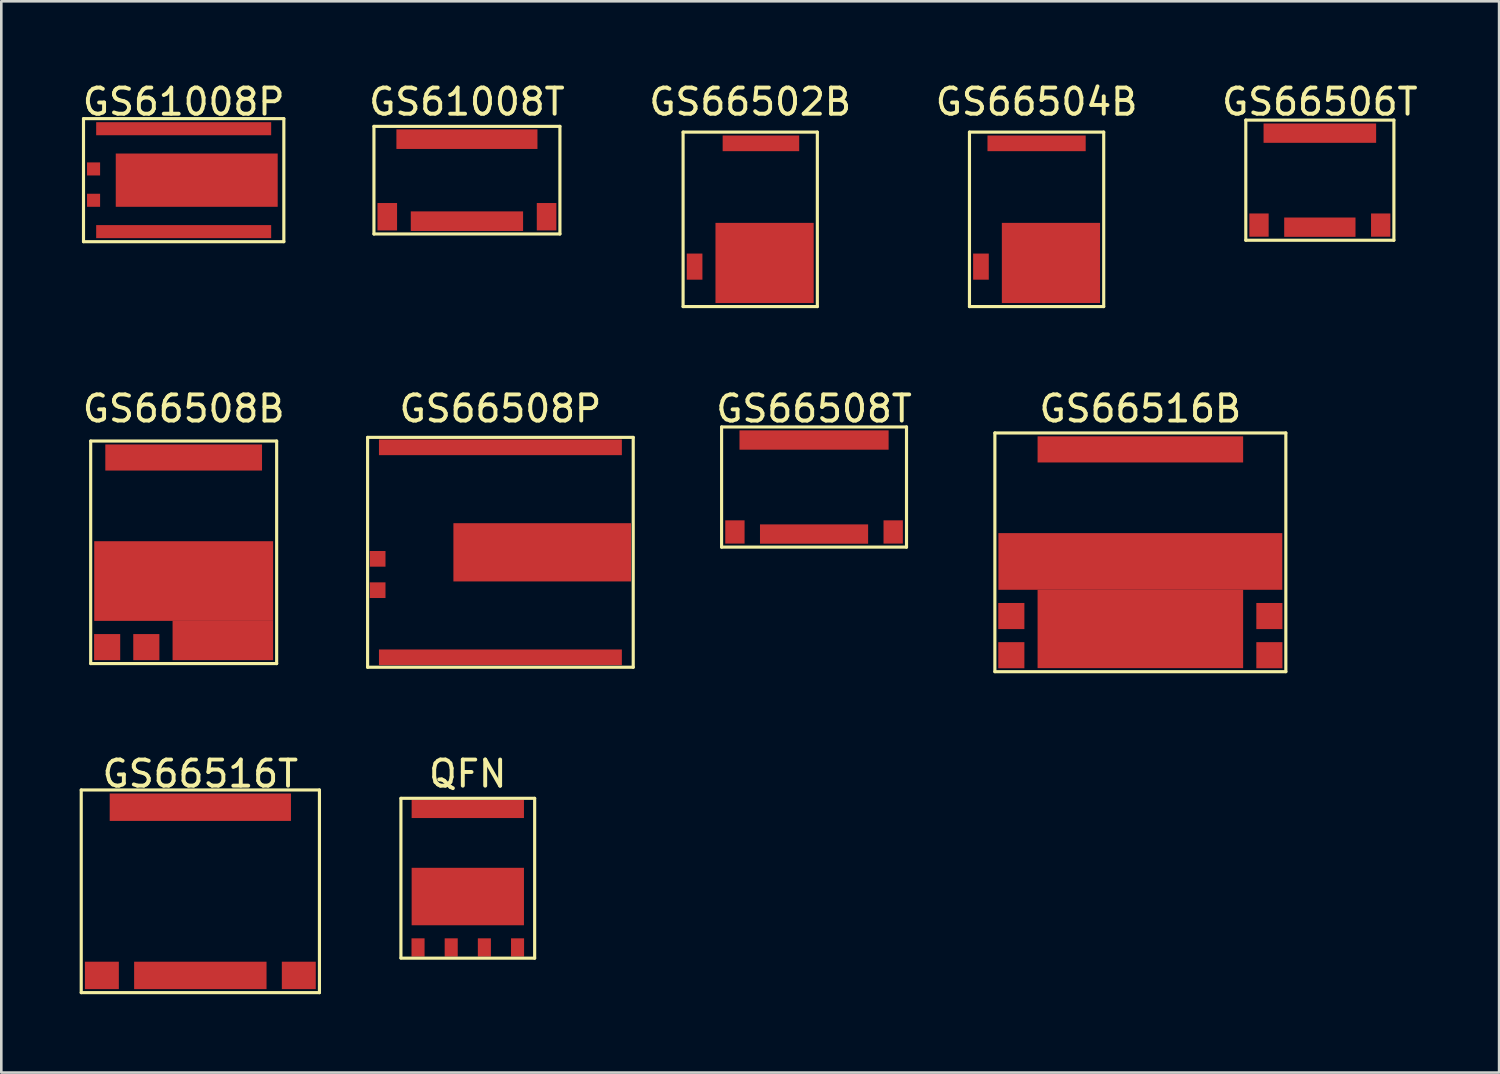
<source format=kicad_pcb>
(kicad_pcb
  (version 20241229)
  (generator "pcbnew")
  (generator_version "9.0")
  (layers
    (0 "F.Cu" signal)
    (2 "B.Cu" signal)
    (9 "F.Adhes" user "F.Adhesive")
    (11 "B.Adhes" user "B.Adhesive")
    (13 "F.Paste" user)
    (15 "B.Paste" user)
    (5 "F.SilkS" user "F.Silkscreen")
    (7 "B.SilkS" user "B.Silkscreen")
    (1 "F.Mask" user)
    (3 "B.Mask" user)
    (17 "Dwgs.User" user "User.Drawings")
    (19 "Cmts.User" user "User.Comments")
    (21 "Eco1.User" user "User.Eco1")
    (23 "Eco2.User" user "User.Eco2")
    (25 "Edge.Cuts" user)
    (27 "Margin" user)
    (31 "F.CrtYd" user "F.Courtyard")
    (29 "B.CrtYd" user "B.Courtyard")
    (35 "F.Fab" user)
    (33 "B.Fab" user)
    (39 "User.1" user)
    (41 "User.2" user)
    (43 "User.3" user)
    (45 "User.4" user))
  (footprint "GS61008P"
    (layer "F.Cu")
    (at 3.982 3.848)
    (property "Reference" "GS61008P" (at 0 -3 0) (layer "F.SilkS") (effects (font (size 1 1) (thickness 0.15))))
    (attr through_hole)
    (fp_line (start -3.835 -2.355) (end 3.835 -2.355) (stroke (width 0.12) (type solid)) (layer "F.SilkS"))
    (fp_line (start -3.835 2.355) (end -3.835 -2.355) (stroke (width 0.12) (type solid)) (layer "F.SilkS"))
    (fp_line (start -3.835 2.355) (end 3.835 2.355) (stroke (width 0.12) (type solid)) (layer "F.SilkS"))
    (fp_line (start 3.835 2.355) (end 3.835 -2.355) (stroke (width 0.12) (type solid)) (layer "F.SilkS"))
    (pad "1" smd rect (at 0 -1.97) (size 6.7 0.5) (layers "F.Cu" "F.Mask" "F.Paste"))
    (pad "2" smd rect (at -3.45 -0.43) (size 0.5 0.5) (layers "F.Cu" "F.Mask" "F.Paste"))
    (pad "3" smd rect (at -3.45 0.77) (size 0.5 0.5) (layers "F.Cu" "F.Mask" "F.Paste"))
    (pad "4" smd rect (at 0 1.97) (size 6.7 0.5) (layers "F.Cu" "F.Mask" "F.Paste"))
    (pad "5" smd rect (at 0.5 0) (size 6.2 2.04) (layers "F.Cu" "F.Mask" "F.Paste")))
  (footprint "GS66504B"
    (layer "F.Cu")
    (at 36.637 5.348)
    (property "Reference" "GS66504B" (at 0 -4.5 0) (layer "F.SilkS") (effects (font (size 1 1) (thickness 0.15))))
    (attr through_hole)
    (fp_line (start -2.57 3.34) (end -2.57 -3.34) (stroke (width 0.12) (type solid)) (layer "F.SilkS"))
    (fp_line (start -2.57 3.34) (end 2.57 3.34) (stroke (width 0.12) (type solid)) (layer "F.SilkS"))
    (fp_line (start 2.57 -3.34) (end -2.57 -3.34) (stroke (width 0.12) (type solid)) (layer "F.SilkS"))
    (fp_line (start 2.57 -3.34) (end 2.57 3.34) (stroke (width 0.12) (type solid)) (layer "F.SilkS"))
    (pad "1" smd rect (at 0 -2.91) (size 3.76 0.6) (layers "F.Cu" "F.Mask" "F.Paste"))
    (pad "2" smd rect (at -2.13 1.81) (size 0.6 1) (layers "F.Cu" "F.Mask" "F.Paste"))
    (pad "3" smd rect (at 0.55 1.67) (size 3.76 3.07) (layers "F.Cu" "F.Mask" "F.Paste")))
  (footprint "GS66506T"
    (layer "F.Cu")
    (at 47.482 3.848)
    (property "Reference" "GS66506T" (at 0 -3 0) (layer "F.SilkS") (effects (font (size 1 1) (thickness 0.15))))
    (attr through_hole)
    (fp_line (start -2.835 -2.3) (end -2.835 2.3) (stroke (width 0.12) (type solid)) (layer "F.SilkS"))
    (fp_line (start -2.835 2.3) (end 2.835 2.3) (stroke (width 0.12) (type solid)) (layer "F.SilkS"))
    (fp_line (start 2.835 -2.3) (end -2.835 -2.3) (stroke (width 0.12) (type solid)) (layer "F.SilkS"))
    (fp_line (start 2.835 -2.3) (end 2.835 2.3) (stroke (width 0.12) (type solid)) (layer "F.SilkS"))
    (pad "1" smd rect (at 0 -1.8) (size 4.31 0.74) (layers "F.Cu" "F.Mask" "F.Paste"))
    (pad "2" smd rect (at -2.33 1.72) (size 0.74 0.89) (layers "F.Cu" "F.Mask" "F.Paste"))
    (pad "3" smd rect (at 0 1.8) (size 2.73 0.74) (layers "F.Cu" "F.Mask" "F.Paste"))
    (pad "4" smd rect (at 2.33 1.72) (size 0.74 0.89) (layers "F.Cu" "F.Mask" "F.Paste")))
  (footprint "GS61008T"
    (layer "F.Cu")
    (at 14.827 3.848)
    (property "Reference" "GS61008T" (at 0 -3 0) (layer "F.SilkS") (effects (font (size 1 1) (thickness 0.15))))
    (attr through_hole)
    (fp_line (start -3.56 -2.06) (end -3.56 2.06) (stroke (width 0.12) (type solid)) (layer "F.SilkS"))
    (fp_line (start -3.56 -2.06) (end 3.56 -2.06) (stroke (width 0.12) (type solid)) (layer "F.SilkS"))
    (fp_line (start -3.56 2.06) (end 3.56 2.06) (stroke (width 0.12) (type solid)) (layer "F.SilkS"))
    (fp_line (start 3.56 -2.06) (end 3.56 2.06) (stroke (width 0.12) (type solid)) (layer "F.SilkS"))
    (pad "1" smd rect (at 0 -1.57) (size 5.4 0.75) (layers "F.Cu" "F.Mask" "F.Paste"))
    (pad "2" smd rect (at -3.05 1.4) (size 0.75 1.05) (layers "F.Cu" "F.Mask" "F.Paste"))
    (pad "3" smd rect (at 0 1.57) (size 4.3 0.75) (layers "F.Cu" "F.Mask" "F.Paste"))
    (pad "4" smd rect (at 3.05 1.4) (size 0.75 1.05) (layers "F.Cu" "F.Mask" "F.Paste")))
  (footprint "QFN"
    (layer "F.Cu")
    (at 14.86 30.575)
    (property "Reference" "QFN" (at 0 -4 0) (layer "F.SilkS") (effects (font (size 1 1) (thickness 0.15))))
    (attr through_hole)
    (fp_line (start -2.56 3.05) (end -2.56 -3.06) (stroke (width 0.12) (type solid)) (layer "F.SilkS"))
    (fp_line (start -2.56 3.06) (end 2.56 3.06) (stroke (width 0.12) (type solid)) (layer "F.SilkS"))
    (fp_line (start 2.56 -3.06) (end -2.56 -3.06) (stroke (width 0.12) (type solid)) (layer "F.SilkS"))
    (fp_line (start 2.56 -3.06) (end 2.56 3.06) (stroke (width 0.12) (type solid)) (layer "F.SilkS"))
    (pad "1" smd rect (at -1.905 2.65) (size 0.5 0.7) (layers "F.Cu" "F.Mask" "F.Paste"))
    (pad "2" smd rect (at -0.635 2.65) (size 0.5 0.7) (layers "F.Cu" "F.Mask" "F.Paste"))
    (pad "3" smd rect (at 0.635 2.65) (size 0.5 0.7) (layers "F.Cu" "F.Mask" "F.Paste"))
    (pad "4" smd rect (at 1.905 2.65) (size 0.5 0.7) (layers "F.Cu" "F.Mask" "F.Paste"))
    (pad "5" smd rect (at 0 -2.655) (size 4.3 0.7) (layers "F.Cu" "F.Mask" "F.Paste"))
    (pad "6" smd rect (at 0 0.7) (size 4.3 2.2) (layers "F.Cu" "F.Mask" "F.Paste")))
  (footprint "GS66508T"
    (layer "F.Cu")
    (at 28.117 15.597)
    (property "Reference" "GS66508T" (at 0 -3 0) (layer "F.SilkS") (effects (font (size 1 1) (thickness 0.15))))
    (attr through_hole)
    (fp_line (start -3.54 -2.3) (end -3.54 2.3) (stroke (width 0.12) (type solid)) (layer "F.SilkS"))
    (fp_line (start -3.54 2.3) (end 3.54 2.3) (stroke (width 0.12) (type solid)) (layer "F.SilkS"))
    (fp_line (start 3.54 -2.3) (end -3.54 -2.3) (stroke (width 0.12) (type solid)) (layer "F.SilkS"))
    (fp_line (start 3.54 -2.3) (end 3.54 2.3) (stroke (width 0.12) (type solid)) (layer "F.SilkS"))
    (pad "1" smd rect (at 0 -1.8) (size 5.71 0.74) (layers "F.Cu" "F.Mask" "F.Paste"))
    (pad "2" smd rect (at -3.03 1.72) (size 0.74 0.89) (layers "F.Cu" "F.Mask" "F.Paste"))
    (pad "3" smd rect (at 0 1.8) (size 4.14 0.74) (layers "F.Cu" "F.Mask" "F.Paste"))
    (pad "4" smd rect (at 3.03 1.72) (size 0.74 0.89) (layers "F.Cu" "F.Mask" "F.Paste")))
  (footprint "GS66502B"
    (layer "F.Cu")
    (at 25.673 5.348)
    (property "Reference" "GS66502B" (at 0 -4.5 0) (layer "F.SilkS") (effects (font (size 1 1) (thickness 0.15))))
    (attr through_hole)
    (fp_line (start -2.57 3.34) (end -2.57 -3.34) (stroke (width 0.12) (type solid)) (layer "F.SilkS"))
    (fp_line (start -2.57 3.34) (end 2.57 3.34) (stroke (width 0.12) (type solid)) (layer "F.SilkS"))
    (fp_line (start 2.57 -3.34) (end -2.57 -3.34) (stroke (width 0.12) (type solid)) (layer "F.SilkS"))
    (fp_line (start 2.57 -3.34) (end 2.57 3.34) (stroke (width 0.12) (type solid)) (layer "F.SilkS"))
    (pad "1" smd rect (at 0.41 -2.91) (size 2.93 0.6) (layers "F.Cu" "F.Mask" "F.Paste"))
    (pad "2" smd rect (at -2.13 1.81) (size 0.6 1) (layers "F.Cu" "F.Mask" "F.Paste"))
    (pad "3" smd rect (at 0.55 1.67) (size 3.76 3.07) (layers "F.Cu" "F.Mask" "F.Paste")))
  (footprint "GS66508P"
    (layer "F.Cu")
    (at 16.109 18.096)
    (property "Reference" "GS66508P" (at 0 -5.5 0) (layer "F.SilkS") (effects (font (size 1 1) (thickness 0.15))))
    (attr through_hole)
    (fp_line (start -5.085 -4.4) (end 5.085 -4.4) (stroke (width 0.12) (type solid)) (layer "F.SilkS"))
    (fp_line (start -5.085 4.4) (end -5.085 -4.4) (stroke (width 0.12) (type solid)) (layer "F.SilkS"))
    (fp_line (start -5.085 4.4) (end 5.085 4.4) (stroke (width 0.12) (type solid)) (layer "F.SilkS"))
    (fp_line (start 5.085 -4.4) (end 5.085 4.4) (stroke (width 0.12) (type solid)) (layer "F.SilkS"))
    (pad "1" smd rect (at 0 -4.02) (size 9.3 0.6) (layers "F.Cu" "F.Mask" "F.Paste"))
    (pad "2" smd rect (at -4.7 0.25) (size 0.6 0.6) (layers "F.Cu" "F.Mask" "F.Paste"))
    (pad "3" smd rect (at -4.7 1.45) (size 0.6 0.6) (layers "F.Cu" "F.Mask" "F.Paste"))
    (pad "4" smd rect (at 0 4.02) (size 9.3 0.6) (layers "F.Cu" "F.Mask" "F.Paste"))
    (pad "5" smd rect (at 1.6 0) (size 6.8 2.23) (layers "F.Cu" "F.Mask" "F.Paste")))
  (footprint "GS66508B"
    (layer "F.Cu")
    (at 3.982 18.096)
    (property "Reference" "GS66508B" (at 0 -5.5 0) (layer "F.SilkS") (effects (font (size 1 1) (thickness 0.15))))
    (attr through_hole)
    (fp_line (start -3.56 -4.26) (end 3.56 -4.26) (stroke (width 0.12) (type solid)) (layer "F.SilkS"))
    (fp_line (start -3.56 4.26) (end -3.56 -4.26) (stroke (width 0.12) (type solid)) (layer "F.SilkS"))
    (fp_line (start -3.56 4.26) (end 3.56 4.26) (stroke (width 0.12) (type solid)) (layer "F.SilkS"))
    (fp_line (start 3.56 -4.26) (end 3.56 4.26) (stroke (width 0.12) (type solid)) (layer "F.SilkS"))
    (pad "1" smd rect (at 0 -3.63) (size 6 1) (layers "F.Cu" "F.Mask" "F.Paste"))
    (pad "2" smd rect (at -2.93 3.63) (size 1 1) (layers "F.Cu" "F.Mask" "F.Paste"))
    (pad "3" smd rect (at -1.43 3.63) (size 1 1) (layers "F.Cu" "F.Mask" "F.Paste"))
    (pad "4" smd rect (at 0 1.1) (size 6.85 3.05) (layers "F.Cu" "F.Mask" "F.Paste"))
    (pad "4" smd rect (at 1.5 3.375) (size 3.85 1.51) (layers "F.Cu" "F.Mask" "F.Paste")))
  (footprint "GS66516T"
    (layer "F.Cu")
    (at 4.62 31.075)
    (property "Reference" "GS66516T" (at 0 -4.5 0) (layer "F.SilkS") (effects (font (size 1 1) (thickness 0.15))))
    (attr through_hole)
    (fp_line (start -4.56 -3.88) (end -4.56 3.88) (stroke (width 0.12) (type solid)) (layer "F.SilkS"))
    (fp_line (start 4.56 -3.88) (end -4.56 -3.88) (stroke (width 0.12) (type solid)) (layer "F.SilkS"))
    (fp_line (start 4.56 -3.88) (end 4.56 3.88) (stroke (width 0.12) (type solid)) (layer "F.SilkS"))
    (fp_line (start 4.56 3.88) (end -4.56 3.88) (stroke (width 0.12) (type solid)) (layer "F.SilkS"))
    (pad "1" smd rect (at 0 -3.22) (size 6.94 1.05) (layers "F.Cu" "F.Mask" "F.Paste"))
    (pad "2" smd rect (at -3.77 3.22) (size 1.3 1.05) (layers "F.Cu" "F.Mask" "F.Paste"))
    (pad "3" smd rect (at 0 3.22) (size 5.07 1.05) (layers "F.Cu" "F.Mask" "F.Paste"))
    (pad "4" smd rect (at 3.77 3.22) (size 1.3 1.05) (layers "F.Cu" "F.Mask" "F.Paste")))
  (footprint "GS66516B"
    (layer "F.Cu")
    (at 40.61 18.096)
    (property "Reference" "GS66516B" (at 0 -5.5 0) (layer "F.SilkS") (effects (font (size 1 1) (thickness 0.15))))
    (attr through_hole)
    (fp_line (start -5.57 -4.57) (end 5.57 -4.57) (stroke (width 0.12) (type solid)) (layer "F.SilkS"))
    (fp_line (start -5.57 4.57) (end -5.57 -4.57) (stroke (width 0.12) (type solid)) (layer "F.SilkS"))
    (fp_line (start -5.57 4.57) (end 5.57 4.57) (stroke (width 0.12) (type solid)) (layer "F.SilkS"))
    (fp_line (start 5.57 -4.57) (end 5.57 4.57) (stroke (width 0.12) (type solid)) (layer "F.SilkS"))
    (pad "1" smd rect (at 0 -3.94) (size 7.87 1) (layers "F.Cu" "F.Mask" "F.Paste"))
    (pad "2" smd rect (at -4.94 2.44) (size 1 1) (layers "F.Cu" "F.Mask" "F.Paste"))
    (pad "3" smd rect (at -4.94 3.94) (size 1 1) (layers "F.Cu" "F.Mask" "F.Paste"))
    (pad "4" smd rect (at 0 0.35) (size 10.87 2.17) (layers "F.Cu" "F.Mask" "F.Paste"))
    (pad "4" smd rect (at 0 2.935) (size 7.87 3) (layers "F.Cu" "F.Mask" "F.Paste"))
    (pad "5" smd rect (at 4.94 3.94) (size 1 1) (layers "F.Cu" "F.Mask" "F.Paste"))
    (pad "6" smd rect (at 4.94 2.44) (size 1 1) (layers "F.Cu" "F.Mask" "F.Paste")))
  (gr_rect
    (start -3 -3)
    (end 54.345 38.015)
    (stroke (width 0.1) (type default))
    (fill no)
    (layer "Edge.Cuts")))
</source>
